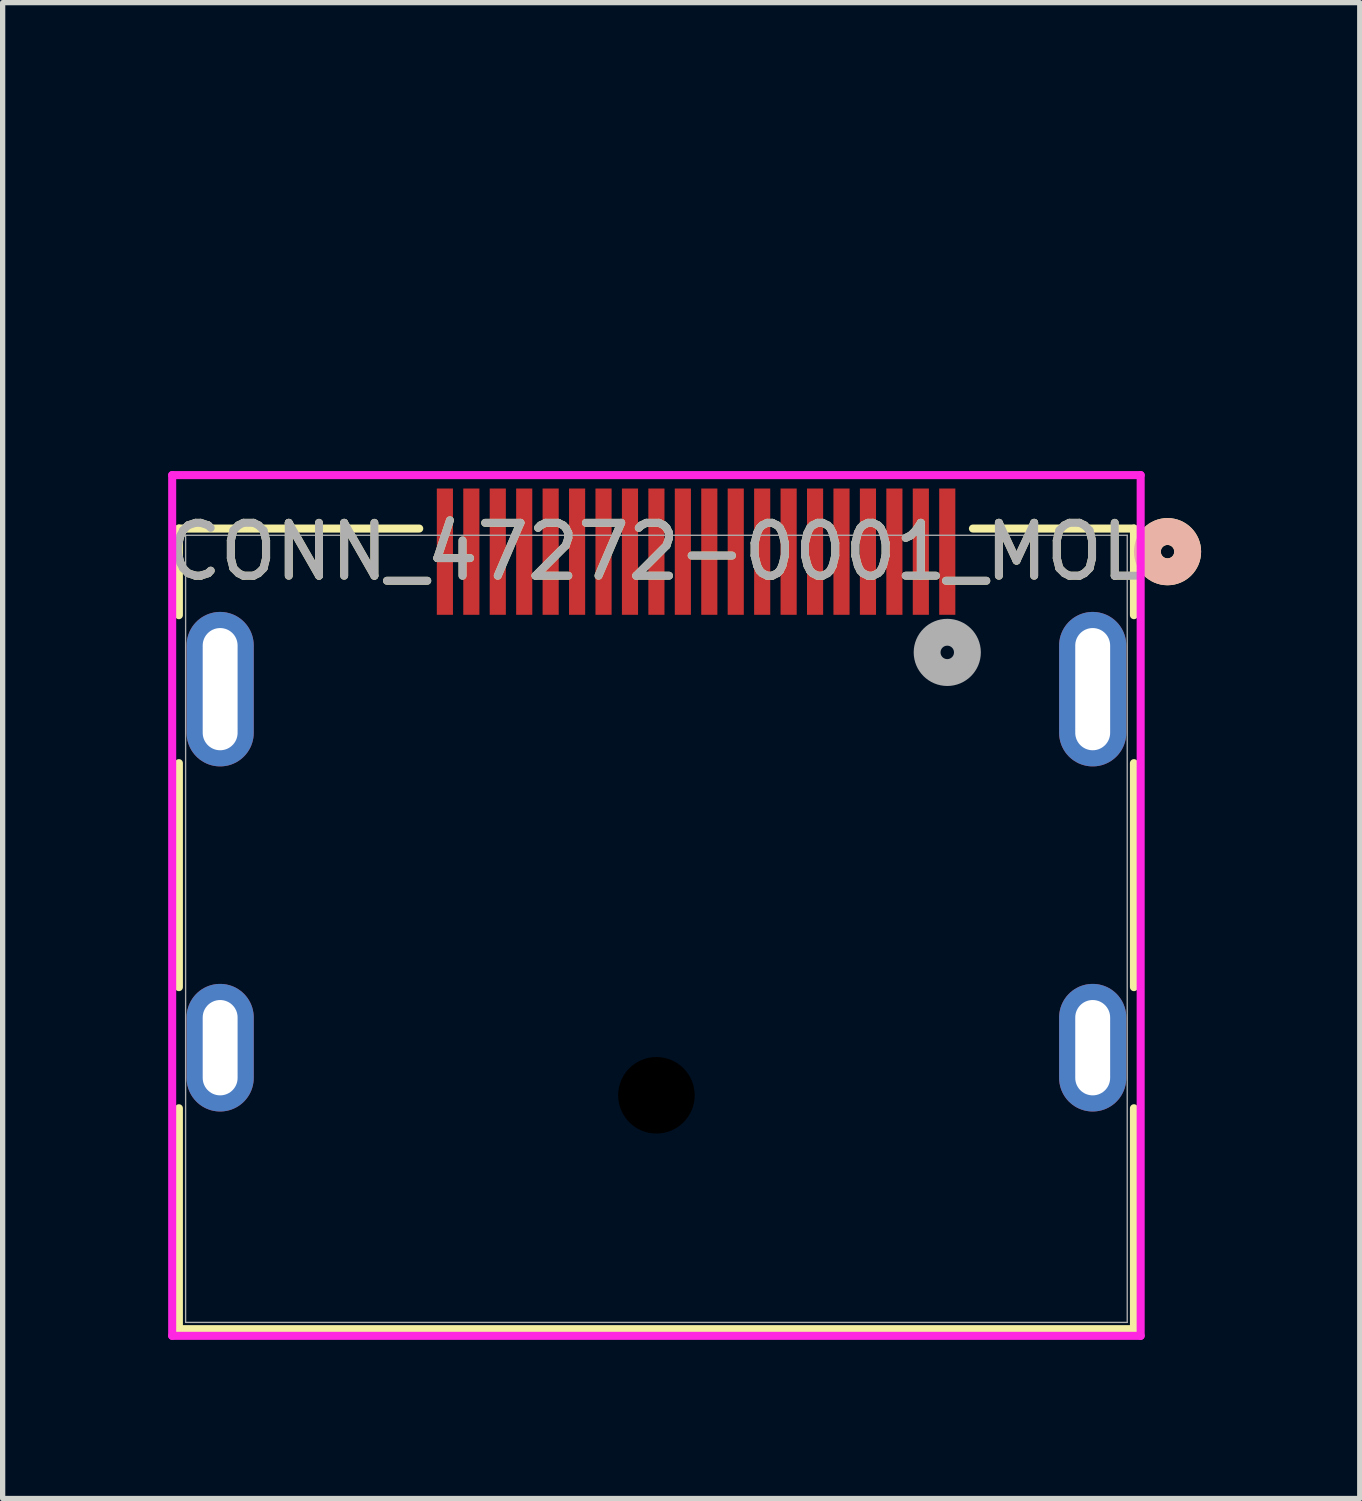
<source format=kicad_pcb>
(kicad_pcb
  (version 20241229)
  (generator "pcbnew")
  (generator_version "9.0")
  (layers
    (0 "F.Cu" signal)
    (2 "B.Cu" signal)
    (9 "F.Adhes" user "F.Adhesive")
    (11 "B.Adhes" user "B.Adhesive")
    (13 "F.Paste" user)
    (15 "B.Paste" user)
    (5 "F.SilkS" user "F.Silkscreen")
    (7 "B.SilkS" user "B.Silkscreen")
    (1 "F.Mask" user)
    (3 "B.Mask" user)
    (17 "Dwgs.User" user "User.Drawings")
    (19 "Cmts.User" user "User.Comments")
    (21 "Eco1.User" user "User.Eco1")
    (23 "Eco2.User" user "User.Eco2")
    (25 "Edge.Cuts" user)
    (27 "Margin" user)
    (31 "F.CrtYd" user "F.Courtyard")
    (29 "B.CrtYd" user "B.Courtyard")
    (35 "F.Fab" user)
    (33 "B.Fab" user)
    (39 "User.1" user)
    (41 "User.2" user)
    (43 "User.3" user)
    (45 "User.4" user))
  (footprint "CONN_47272-0001_MOL"
    (layer "F.Cu")
    (at 9.363 0.25)
    (property "Reference" "CONN_47272-0001_MOL" (at 0 7.132 0) (unlocked yes) (layer "F.SilkS") (effects (font (size 1 1) (thickness 0.15))))
    (attr smd)
    (fp_line (start -9.03 6.695) (end -9.03 8.333) (stroke (width 0.152) (type solid)) (layer "F.SilkS"))
    (fp_line (start -9.03 11.131) (end -9.03 15.367) (stroke (width 0.152) (type solid)) (layer "F.SilkS"))
    (fp_line (start -9.03 17.657) (end -9.03 21.834) (stroke (width 0.152) (type solid)) (layer "F.SilkS"))
    (fp_line (start -9.03 21.834) (end 9.03 21.834) (stroke (width 0.152) (type solid)) (layer "F.SilkS"))
    (fp_line (start -4.485 6.695) (end -9.03 6.695) (stroke (width 0.152) (type solid)) (layer "F.SilkS"))
    (fp_line (start 9.03 6.695) (end 5.985 6.695) (stroke (width 0.152) (type solid)) (layer "F.SilkS"))
    (fp_line (start 9.03 8.333) (end 9.03 6.695) (stroke (width 0.152) (type solid)) (layer "F.SilkS"))
    (fp_line (start 9.03 15.367) (end 9.03 11.131) (stroke (width 0.152) (type solid)) (layer "F.SilkS"))
    (fp_line (start 9.03 21.834) (end 9.03 17.657) (stroke (width 0.152) (type solid)) (layer "F.SilkS"))
    (fp_circle (center 9.665 7.132) (end 10.046 7.132) (stroke (width 0.508) (type solid)) (fill no) (layer "F.SilkS"))
    (fp_circle (center 9.665 7.132) (end 10.046 7.132) (stroke (width 0.508) (type solid)) (fill no) (layer "B.SilkS"))
    (fp_line (start -9.157 5.684) (end -9.157 21.961) (stroke (width 0.152) (type solid)) (layer "F.CrtYd"))
    (fp_line (start -9.157 21.961) (end 9.157 21.961) (stroke (width 0.152) (type solid)) (layer "F.CrtYd"))
    (fp_line (start 9.157 5.684) (end -9.157 5.684) (stroke (width 0.152) (type solid)) (layer "F.CrtYd"))
    (fp_line (start 9.157 21.961) (end 9.157 5.684) (stroke (width 0.152) (type solid)) (layer "F.CrtYd"))
    (fp_line (start -8.903 6.822) (end -8.903 21.707) (stroke (width 0.025) (type solid)) (layer "F.Fab"))
    (fp_line (start -8.903 21.707) (end 8.903 21.707) (stroke (width 0.025) (type solid)) (layer "F.Fab"))
    (fp_line (start 8.903 6.822) (end -8.903 6.822) (stroke (width 0.025) (type solid)) (layer "F.Fab"))
    (fp_line (start 8.903 21.707) (end 8.903 6.822) (stroke (width 0.025) (type solid)) (layer "F.Fab"))
    (fp_circle (center 5.5 9.037) (end 5.881 9.037) (stroke (width 0.508) (type solid)) (fill no) (layer "F.Fab"))
    (fp_text user "${REFERENCE}" (at 0 7.132 0) (unlocked yes) (layer "F.Fab") (effects (font (size 1 1) (thickness 0.15))))
    (pad "" np_thru_hole circle (at 0 17.412) (size 1.448 1.448) (drill 1.448) (layers))
    (pad "1" smd rect (at 5.5 7.132) (size 0.305 2.388) (layers "F.Cu" "F.Mask" "F.Paste"))
    (pad "2" smd rect (at 5 7.132) (size 0.305 2.388) (layers "F.Cu" "F.Mask" "F.Paste"))
    (pad "3" smd rect (at 4.5 7.132) (size 0.305 2.388) (layers "F.Cu" "F.Mask" "F.Paste"))
    (pad "4" smd rect (at 4 7.132) (size 0.305 2.388) (layers "F.Cu" "F.Mask" "F.Paste"))
    (pad "5" smd rect (at 3.5 7.132) (size 0.305 2.388) (layers "F.Cu" "F.Mask" "F.Paste"))
    (pad "6" smd rect (at 3 7.132) (size 0.305 2.388) (layers "F.Cu" "F.Mask" "F.Paste"))
    (pad "7" smd rect (at 2.5 7.132) (size 0.305 2.388) (layers "F.Cu" "F.Mask" "F.Paste"))
    (pad "8" smd rect (at 2 7.132) (size 0.305 2.388) (layers "F.Cu" "F.Mask" "F.Paste"))
    (pad "9" smd rect (at 1.5 7.132) (size 0.305 2.388) (layers "F.Cu" "F.Mask" "F.Paste"))
    (pad "10" smd rect (at 1 7.132) (size 0.305 2.388) (layers "F.Cu" "F.Mask" "F.Paste"))
    (pad "11" smd rect (at 0.5 7.132) (size 0.305 2.388) (layers "F.Cu" "F.Mask" "F.Paste"))
    (pad "12" smd rect (at 0 7.132) (size 0.305 2.388) (layers "F.Cu" "F.Mask" "F.Paste"))
    (pad "13" smd rect (at -0.5 7.132) (size 0.305 2.388) (layers "F.Cu" "F.Mask" "F.Paste"))
    (pad "14" smd rect (at -1 7.132) (size 0.305 2.388) (layers "F.Cu" "F.Mask" "F.Paste"))
    (pad "15" smd rect (at -1.5 7.132) (size 0.305 2.388) (layers "F.Cu" "F.Mask" "F.Paste"))
    (pad "16" smd rect (at -2 7.132) (size 0.305 2.388) (layers "F.Cu" "F.Mask" "F.Paste"))
    (pad "17" smd rect (at -2.5 7.132) (size 0.305 2.388) (layers "F.Cu" "F.Mask" "F.Paste"))
    (pad "18" smd rect (at -3 7.132) (size 0.305 2.388) (layers "F.Cu" "F.Mask" "F.Paste"))
    (pad "19" smd rect (at -3.5 7.132) (size 0.305 2.388) (layers "F.Cu" "F.Mask" "F.Paste"))
    (pad "20" smd rect (at -4 7.132) (size 0.305 2.388) (layers "F.Cu" "F.Mask" "F.Paste"))
    (pad "21" thru_hole oval (at -8.25 9.732 90) (size 2.921 1.27) (drill oval 2.311 0.66) (layers "*.Cu" "*.Mask"))
    (pad "22" thru_hole oval (at 8.25 9.732 90) (size 2.921 1.27) (drill oval 2.311 0.66) (layers "*.Cu" "*.Mask"))
    (pad "23" thru_hole oval (at -8.25 16.512 90) (size 2.413 1.27) (drill oval 1.803 0.66) (layers "*.Cu" "*.Mask"))
    (pad "24" thru_hole oval (at 8.25 16.512 90) (size 2.413 1.27) (drill oval 1.803 0.66) (layers "*.Cu" "*.Mask")))
  (gr_rect
    (start -3 -3)
    (end 22.663 25.287)
    (stroke (width 0.1) (type default))
    (fill no)
    (layer "Edge.Cuts")))
</source>
